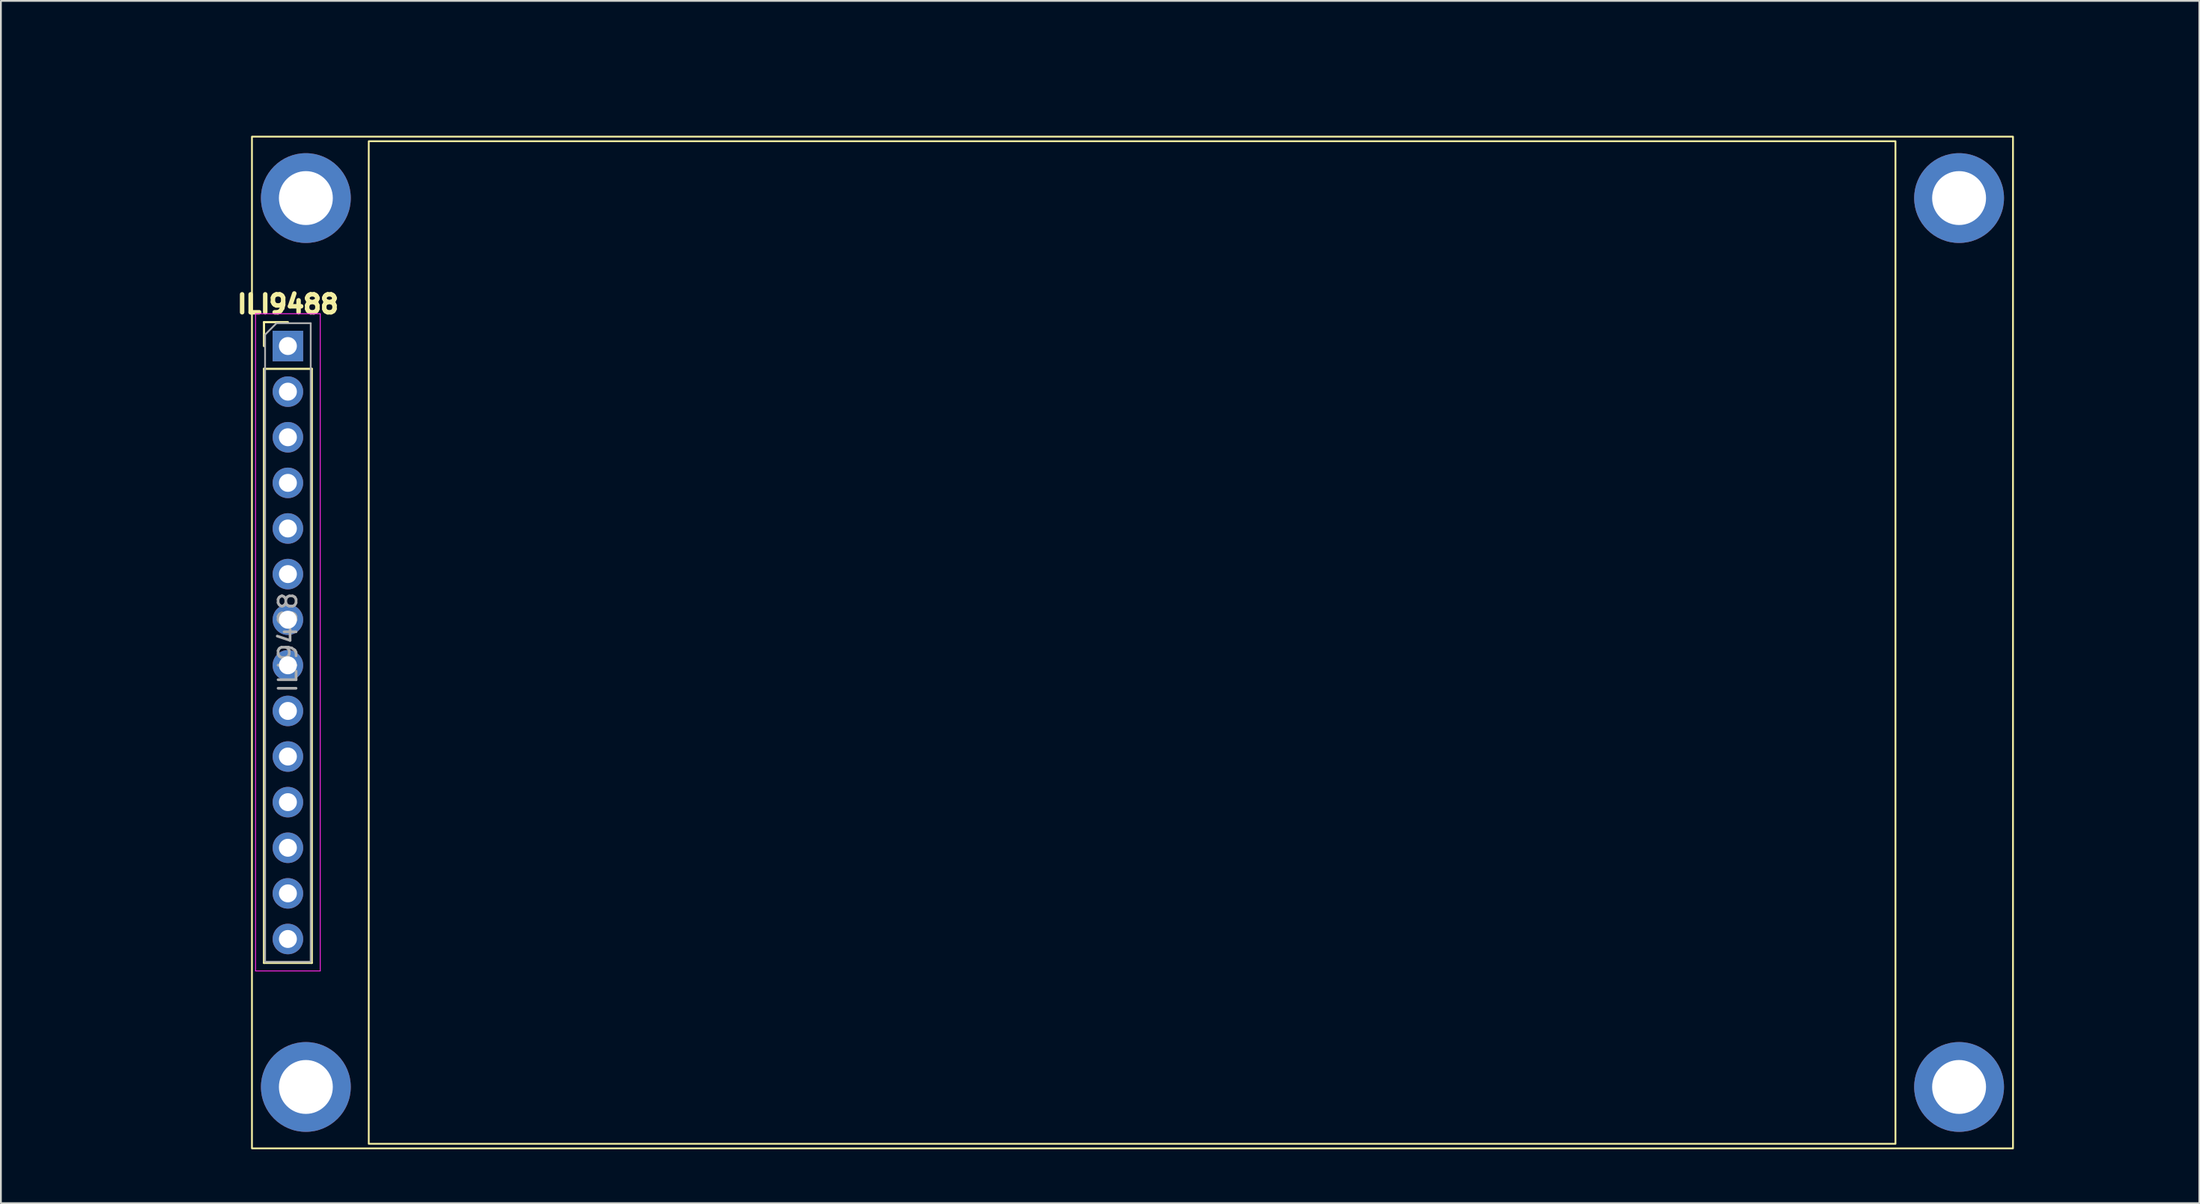
<source format=kicad_pcb>
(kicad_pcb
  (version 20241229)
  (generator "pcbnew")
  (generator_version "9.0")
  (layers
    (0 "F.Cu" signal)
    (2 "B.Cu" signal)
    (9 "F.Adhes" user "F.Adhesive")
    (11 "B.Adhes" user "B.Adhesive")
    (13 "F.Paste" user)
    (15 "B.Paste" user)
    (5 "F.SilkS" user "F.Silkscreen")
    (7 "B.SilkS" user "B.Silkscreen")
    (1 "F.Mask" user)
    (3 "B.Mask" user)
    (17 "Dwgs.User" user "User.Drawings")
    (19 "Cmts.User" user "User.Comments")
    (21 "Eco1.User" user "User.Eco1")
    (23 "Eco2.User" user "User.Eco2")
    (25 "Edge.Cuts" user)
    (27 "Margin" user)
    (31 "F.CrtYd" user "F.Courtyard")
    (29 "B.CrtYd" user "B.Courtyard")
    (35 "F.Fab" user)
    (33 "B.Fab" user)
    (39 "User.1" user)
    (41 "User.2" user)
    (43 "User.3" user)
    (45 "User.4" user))
  (footprint "ILI9488"
    (layer "F.Cu")
    (at 10.971 4.56)
    (property "Reference" "ILI9488" (at 2 9.33 0) (layer "F.SilkS") (effects (font (size 1 1) (thickness 0.25))))
    (attr through_hole)
    (fp_line (start 0.67 10.33) (end 2 10.33) (stroke (width 0.12) (type solid)) (layer "F.SilkS"))
    (fp_line (start 0.67 11.66) (end 0.67 10.33) (stroke (width 0.12) (type solid)) (layer "F.SilkS"))
    (fp_line (start 0.67 12.93) (end 0.67 46.01) (stroke (width 0.12) (type solid)) (layer "F.SilkS"))
    (fp_line (start 0.67 12.93) (end 3.33 12.93) (stroke (width 0.12) (type solid)) (layer "F.SilkS"))
    (fp_line (start 0.67 46.01) (end 3.33 46.01) (stroke (width 0.12) (type solid)) (layer "F.SilkS"))
    (fp_line (start 3.33 12.93) (end 3.33 46.01) (stroke (width 0.12) (type solid)) (layer "F.SilkS"))
    (fp_rect (start 0 0) (end 98 56.34) (stroke (width 0.1) (type default)) (fill no) (layer "F.SilkS"))
    (fp_rect (start 6.5 0.254) (end 91.46 56.086) (stroke (width 0.1) (type default)) (fill no) (layer "F.SilkS"))
    (fp_line (start 0.2 9.86) (end 0.2 46.46) (stroke (width 0.05) (type solid)) (layer "F.CrtYd"))
    (fp_line (start 0.2 46.46) (end 3.8 46.46) (stroke (width 0.05) (type solid)) (layer "F.CrtYd"))
    (fp_line (start 3.8 9.86) (end 0.2 9.86) (stroke (width 0.05) (type solid)) (layer "F.CrtYd"))
    (fp_line (start 3.8 46.46) (end 3.8 9.86) (stroke (width 0.05) (type solid)) (layer "F.CrtYd"))
    (fp_line (start 0.73 11.025) (end 1.365 10.39) (stroke (width 0.1) (type solid)) (layer "F.Fab"))
    (fp_line (start 0.73 45.95) (end 0.73 11.025) (stroke (width 0.1) (type solid)) (layer "F.Fab"))
    (fp_line (start 1.365 10.39) (end 3.27 10.39) (stroke (width 0.1) (type solid)) (layer "F.Fab"))
    (fp_line (start 3.27 10.39) (end 3.27 45.95) (stroke (width 0.1) (type solid)) (layer "F.Fab"))
    (fp_line (start 3.27 45.95) (end 0.73 45.95) (stroke (width 0.1) (type solid)) (layer "F.Fab"))
    (fp_text user "${REFERENCE}" (at 2 28.17 90) (layer "F.Fab") (effects (font (size 1 1) (thickness 0.15))))
    (dimension (type aligned) (layer "User.2") (pts (xy 10.971 7.98) (xy 10.971 16.22)) (height 4.38) (format (prefix "") (suffix "") (units 3) (units_format 1) (precision 2)) (style (thickness 0.1) (arrow_length 1.27) (text_position_mode 0) (arrow_direction outward) (extension_height 0.586) (extension_offset 0.5) (keep_text_aligned yes)) (gr_text "8.24 mm" (at 5.491 12.1 90) (layer "User.2") (effects (font (size 1 1) (thickness 0.1)))))
    (dimension (type aligned) (layer "User.2") (pts (xy 108.971 4.56) (xy 10.971 4.56)) (height 2.7) (format (prefix "") (suffix "") (units 3) (units_format 1) (precision 4)) (style (thickness 0.1) (arrow_length 1.27) (text_position_mode 0) (arrow_direction outward) (extension_height 0.586) (extension_offset 0.5) (keep_text_aligned yes)) (gr_text "98.0000 mm" (at 59.971 0.76 0) (layer "User.2") (effects (font (size 1 1) (thickness 0.1)))))
    (dimension (type aligned) (layer "User.2") (pts (xy 10.951 4.54) (xy 10.951 7.96)) (height 6.42) (format (prefix "") (suffix "") (units 3) (units_format 1) (precision 2)) (style (thickness 0.1) (arrow_length 1.27) (text_position_mode 0) (arrow_direction outward) (extension_height 0.586) (extension_offset 0.5) (keep_text_aligned yes)) (gr_text "3.42 mm" (at 3.431 6.25 90) (layer "User.2") (effects (font (size 1 1) (thickness 0.1)))))
    (dimension (type aligned) (layer "User.2") (pts (xy 108.971 4.56) (xy 108.971 60.9)) (height -3.61) (format (prefix "") (suffix "") (units 3) (units_format 1) (precision 4)) (style (thickness 0.1) (arrow_length 1.27) (text_position_mode 0) (arrow_direction outward) (extension_height 0.586) (extension_offset 0.5) (keep_text_aligned yes)) (gr_text "56.3400 mm" (at 111.481 32.73 90) (layer "User.2") (effects (font (size 1 1) (thickness 0.1)))))
    (pad "" np_thru_hole circle (at 3 3.42) (size 5 5) (drill 3) (layers "*.Cu" "*.Mask"))
    (pad "" np_thru_hole circle (at 3 52.92) (size 5 5) (drill 3) (layers "*.Cu" "*.Mask"))
    (pad "" np_thru_hole circle (at 95 3.42) (size 5 5) (drill 3) (layers "*.Cu" "*.Mask"))
    (pad "" np_thru_hole circle (at 95 52.92) (size 5 5) (drill 3) (layers "*.Cu" "*.Mask"))
    (pad "1" thru_hole rect (at 2 11.66) (size 1.7 1.7) (drill 1) (layers "*.Cu" "*.Mask"))
    (pad "2" thru_hole oval (at 2 14.2) (size 1.7 1.7) (drill 1) (layers "*.Cu" "*.Mask"))
    (pad "3" thru_hole oval (at 2 16.74) (size 1.7 1.7) (drill 1) (layers "*.Cu" "*.Mask"))
    (pad "4" thru_hole oval (at 2 19.28) (size 1.7 1.7) (drill 1) (layers "*.Cu" "*.Mask"))
    (pad "5" thru_hole oval (at 2 21.82) (size 1.7 1.7) (drill 1) (layers "*.Cu" "*.Mask"))
    (pad "6" thru_hole oval (at 2 24.36) (size 1.7 1.7) (drill 1) (layers "*.Cu" "*.Mask"))
    (pad "7" thru_hole oval (at 2 26.9) (size 1.7 1.7) (drill 1) (layers "*.Cu" "*.Mask"))
    (pad "8" thru_hole oval (at 2 29.44) (size 1.7 1.7) (drill 1) (layers "*.Cu" "*.Mask"))
    (pad "9" thru_hole oval (at 2 31.98) (size 1.7 1.7) (drill 1) (layers "*.Cu" "*.Mask"))
    (pad "10" thru_hole oval (at 2 34.52) (size 1.7 1.7) (drill 1) (layers "*.Cu" "*.Mask"))
    (pad "11" thru_hole oval (at 2 37.06) (size 1.7 1.7) (drill 1) (layers "*.Cu" "*.Mask"))
    (pad "12" thru_hole oval (at 2 39.6) (size 1.7 1.7) (drill 1) (layers "*.Cu" "*.Mask"))
    (pad "13" thru_hole oval (at 2 42.14) (size 1.7 1.7) (drill 1) (layers "*.Cu" "*.Mask"))
    (pad "14" thru_hole oval (at 2 44.68) (size 1.7 1.7) (drill 1) (layers "*.Cu" "*.Mask")))
  (gr_rect
    (start -3 -3)
    (end 119.34 63.95)
    (stroke (width 0.1) (type default))
    (fill no)
    (layer "Edge.Cuts")))
</source>
